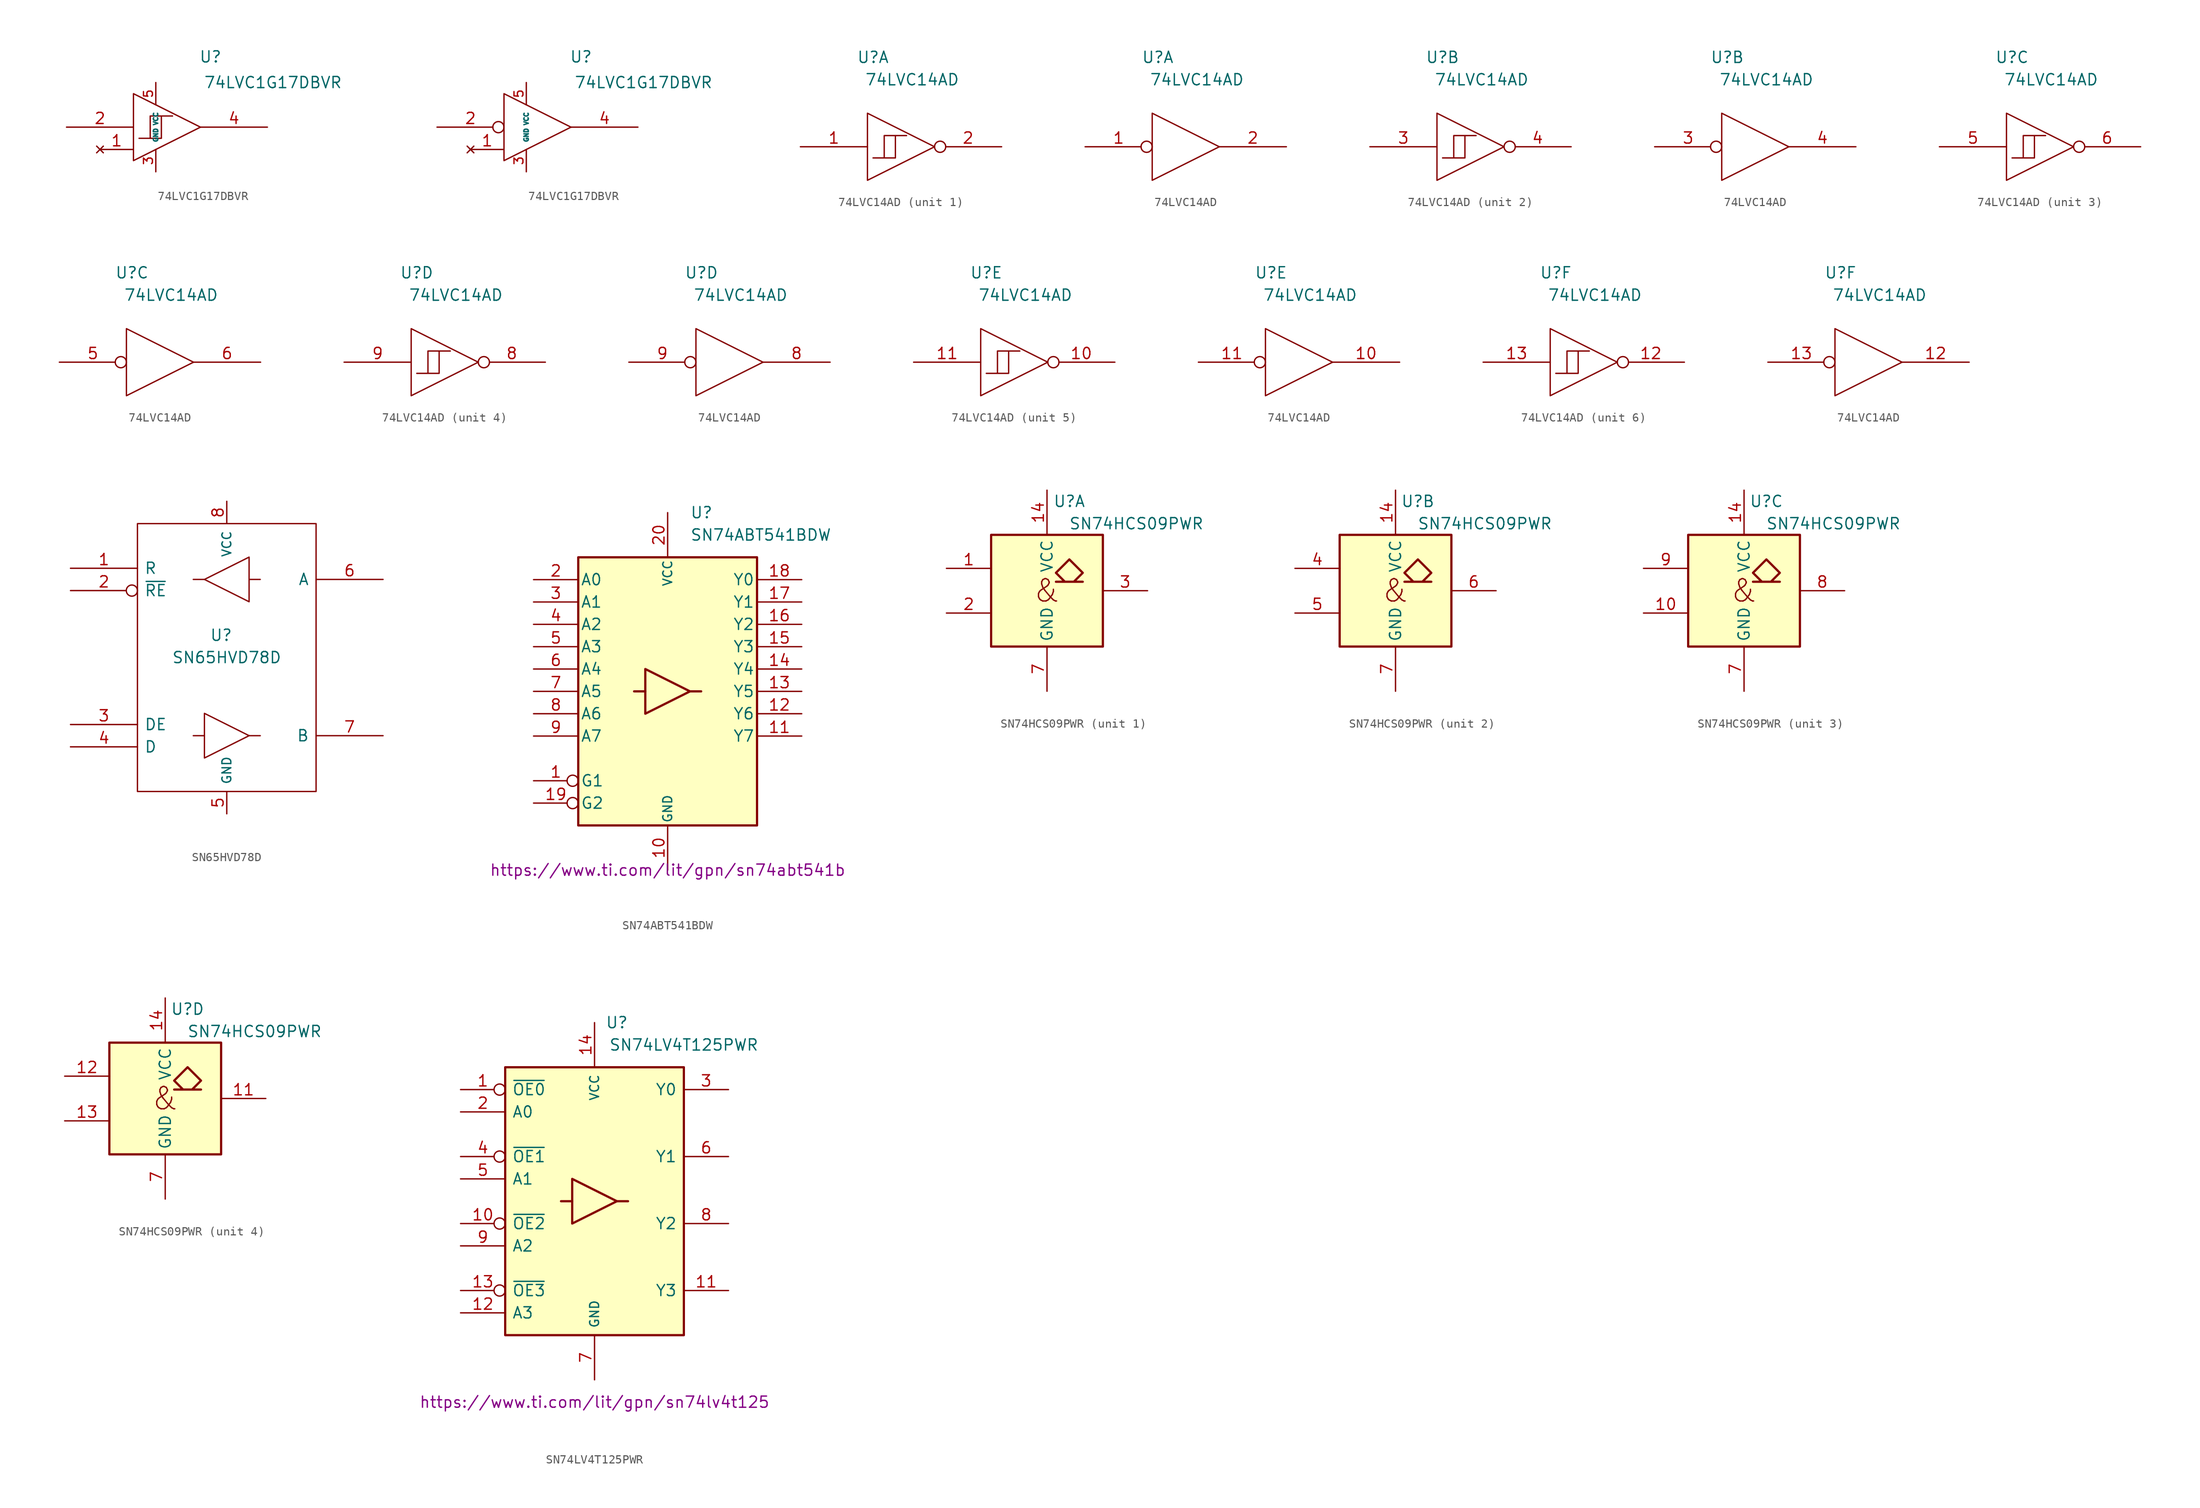
<source format=kicad_sym>
(kicad_symbol_lib
  (version 20230620)
  (generator kicad_symbol_editor)
  (symbol "74LVC1G17DBVR"
    (pin_names
      (offset 0.762))
    (property "Reference" "U"
      (at 16.383 8.001 0)
      (effects (font (size 1.27 1.27))))
    (property "Value" "74LVC1G17DBVR"
      (at 23.495 5.08 0)
      (effects (font (size 1.27 1.27))))
    (property "Datasheet" ""
      (at 0 0 0)
      (effects (font (size 1.27 1.27))))
    (symbol "74LVC1G17DBVR_0_0"
      (polyline (pts (xy 7.62 3.81) (xy 7.62 -3.81) (xy 15.24 0) (xy 7.62 3.81)) (stroke (width 0) (type default)) (fill (type none)))
      (pin power_in line (at 10.16 -5.08 90) (length 2.54) (name "GND" (effects (font (size 0.508 0.508)))) (number "3" (effects (font (size 1.016 1.016)))))
      (pin power_in line (at 10.16 5.08 270) (length 2.54) (name "VCC" (effects (font (size 0.508 0.508)))) (number "5" (effects (font (size 1.016 1.016))))))
    (symbol "74LVC1G17DBVR_0_1"
      (polyline (pts (xy 12.065 1.27) (xy 9.525 1.27) (xy 9.525 -1.27) (xy 8.255 -1.27) (xy 10.795 -1.27) (xy 10.795 1.27)) (stroke (width 0) (type default)) (fill (type none))))
    (symbol "74LVC1G17DBVR_1_1"
      (pin no_connect line (at 3.81 -2.54 0) (length 3.81) (name "~" (effects (font (size 1.27 1.27)))) (number "1" (effects (font (size 1.27 1.27)))))
      (pin input line (at 0 0 0) (length 7.62) (name "~" (effects (font (size 1.27 1.27)))) (number "2" (effects (font (size 1.27 1.27)))))
      (pin output line (at 22.86 0 180) (length 7.62) (name "~" (effects (font (size 1.27 1.27)))) (number "4" (effects (font (size 1.27 1.27))))))
    (symbol "74LVC1G17DBVR_1_2"
      (pin no_connect line (at 3.81 -2.54 0) (length 3.81) (name "~" (effects (font (size 1.27 1.27)))) (number "1" (effects (font (size 1.27 1.27)))))
      (pin input inverted (at 0 0 0) (length 7.62) (name "~" (effects (font (size 1.27 1.27)))) (number "2" (effects (font (size 1.27 1.27)))))
      (pin output line (at 22.86 0 180) (length 7.62) (name "~" (effects (font (size 1.27 1.27)))) (number "4" (effects (font (size 1.27 1.27)))))))
  (symbol "74LVC14AD"
    (pin_names
      (offset 0.762))
    (property "Reference" "U"
      (at 8.255 10.16 0)
      (effects (font (size 1.27 1.27))))
    (property "Value" "74LVC14AD"
      (at 12.7 7.62 0)
      (effects (font (size 1.27 1.27))))
    (property "Datasheet" ""
      (at 0 0 0)
      (effects (font (size 1.27 1.27))))
    (symbol "74LVC14AD_0_0"
      (polyline (pts (xy 7.62 3.81) (xy 7.62 -3.81) (xy 15.24 0) (xy 7.62 3.81)) (stroke (width 0) (type default)) (fill (type none)))
      (pin power_in line (at 10.16 2.54 270) (length 0) hide (name "VCC" (effects (font (size 0.508 0.508)))) (number "14" (effects (font (size 0.762 0.762)))))
      (pin power_in line (at 10.16 -2.54 90) (length 0) hide (name "GND" (effects (font (size 0.508 0.508)))) (number "7" (effects (font (size 0.762 0.762))))))
    (symbol "74LVC14AD_0_1"
      (polyline (pts (xy 8.255 -1.27) (xy 10.795 -1.27) (xy 9.525 -1.27) (xy 9.525 1.27) (xy 10.795 1.27) (xy 10.795 -1.27) (xy 10.795 1.27) (xy 12.065 1.27)) (stroke (width 0) (type default)) (fill (type none))))
    (symbol "74LVC14AD_1_1"
      (pin input line (at 0 0 0) (length 7.62) (name "~" (effects (font (size 1.27 1.27)))) (number "1" (effects (font (size 1.27 1.27)))))
      (pin output inverted (at 22.86 0 180) (length 7.62) (name "~" (effects (font (size 1.27 1.27)))) (number "2" (effects (font (size 1.27 1.27))))))
    (symbol "74LVC14AD_1_2"
      (pin input inverted (at 0 0 0) (length 7.62) (name "~" (effects (font (size 1.27 1.27)))) (number "1" (effects (font (size 1.27 1.27)))))
      (pin output line (at 22.86 0 180) (length 7.62) (name "~" (effects (font (size 1.27 1.27)))) (number "2" (effects (font (size 1.27 1.27))))))
    (symbol "74LVC14AD_2_1"
      (pin input line (at 0 0 0) (length 7.62) (name "~" (effects (font (size 1.27 1.27)))) (number "3" (effects (font (size 1.27 1.27)))))
      (pin output inverted (at 22.86 0 180) (length 7.62) (name "~" (effects (font (size 1.27 1.27)))) (number "4" (effects (font (size 1.27 1.27))))))
    (symbol "74LVC14AD_2_2"
      (pin input inverted (at 0 0 0) (length 7.62) (name "~" (effects (font (size 1.27 1.27)))) (number "3" (effects (font (size 1.27 1.27)))))
      (pin output line (at 22.86 0 180) (length 7.62) (name "~" (effects (font (size 1.27 1.27)))) (number "4" (effects (font (size 1.27 1.27))))))
    (symbol "74LVC14AD_3_1"
      (pin input line (at 0 0 0) (length 7.62) (name "~" (effects (font (size 1.27 1.27)))) (number "5" (effects (font (size 1.27 1.27)))))
      (pin output inverted (at 22.86 0 180) (length 7.62) (name "~" (effects (font (size 1.27 1.27)))) (number "6" (effects (font (size 1.27 1.27))))))
    (symbol "74LVC14AD_3_2"
      (pin input inverted (at 0 0 0) (length 7.62) (name "~" (effects (font (size 1.27 1.27)))) (number "5" (effects (font (size 1.27 1.27)))))
      (pin output line (at 22.86 0 180) (length 7.62) (name "~" (effects (font (size 1.27 1.27)))) (number "6" (effects (font (size 1.27 1.27))))))
    (symbol "74LVC14AD_4_1"
      (pin output inverted (at 22.86 0 180) (length 7.62) (name "~" (effects (font (size 1.27 1.27)))) (number "8" (effects (font (size 1.27 1.27)))))
      (pin input line (at 0 0 0) (length 7.62) (name "~" (effects (font (size 1.27 1.27)))) (number "9" (effects (font (size 1.27 1.27))))))
    (symbol "74LVC14AD_4_2"
      (pin output line (at 22.86 0 180) (length 7.62) (name "~" (effects (font (size 1.27 1.27)))) (number "8" (effects (font (size 1.27 1.27)))))
      (pin input inverted (at 0 0 0) (length 7.62) (name "~" (effects (font (size 1.27 1.27)))) (number "9" (effects (font (size 1.27 1.27))))))
    (symbol "74LVC14AD_5_1"
      (pin output inverted (at 22.86 0 180) (length 7.62) (name "~" (effects (font (size 1.27 1.27)))) (number "10" (effects (font (size 1.27 1.27)))))
      (pin input line (at 0 0 0) (length 7.62) (name "~" (effects (font (size 1.27 1.27)))) (number "11" (effects (font (size 1.27 1.27))))))
    (symbol "74LVC14AD_5_2"
      (pin output line (at 22.86 0 180) (length 7.62) (name "~" (effects (font (size 1.27 1.27)))) (number "10" (effects (font (size 1.27 1.27)))))
      (pin input inverted (at 0 0 0) (length 7.62) (name "~" (effects (font (size 1.27 1.27)))) (number "11" (effects (font (size 1.27 1.27))))))
    (symbol "74LVC14AD_6_1"
      (pin output inverted (at 22.86 0 180) (length 7.62) (name "~" (effects (font (size 1.27 1.27)))) (number "12" (effects (font (size 1.27 1.27)))))
      (pin input line (at 0 0 0) (length 7.62) (name "~" (effects (font (size 1.27 1.27)))) (number "13" (effects (font (size 1.27 1.27))))))
    (symbol "74LVC14AD_6_2"
      (pin output line (at 22.86 0 180) (length 7.62) (name "~" (effects (font (size 1.27 1.27)))) (number "12" (effects (font (size 1.27 1.27)))))
      (pin input inverted (at 0 0 0) (length 7.62) (name "~" (effects (font (size 1.27 1.27)))) (number "13" (effects (font (size 1.27 1.27)))))))
  (symbol "SN65HVD78D"
    (pin_names
      (offset 0.762))
    (property "Reference" "U"
      (at 17.145 -10.16 0)
      (effects (font (size 1.27 1.27))))
    (property "Value" "SN65HVD78D"
      (at 17.78 -12.7 0)
      (effects (font (size 1.27 1.27))))
    (property "Datasheet" ""
      (at 0 -5.08 0)
      (effects (font (size 1.27 1.27))))
    (symbol "SN65HVD78D_0_0"
      (pin power_in line (at 17.78 -30.48 90) (length 2.54) (name "GND" (effects (font (size 1.016 1.016)))) (number "5" (effects (font (size 1.27 1.27)))))
      (pin power_in line (at 17.78 5.08 270) (length 2.54) (name "VCC" (effects (font (size 1.016 1.016)))) (number "8" (effects (font (size 1.27 1.27))))))
    (symbol "SN65HVD78D_0_1"
      (polyline (pts (xy 15.24 -21.59) (xy 13.97 -21.59)) (stroke (width 0) (type default)) (fill (type none)))
      (polyline (pts (xy 15.24 -3.81) (xy 13.97 -3.81)) (stroke (width 0) (type default)) (fill (type none)))
      (polyline (pts (xy 20.32 -21.59) (xy 21.59 -21.59)) (stroke (width 0) (type default)) (fill (type none)))
      (polyline (pts (xy 20.32 -3.81) (xy 21.59 -3.81)) (stroke (width 0) (type default)) (fill (type none)))
      (polyline (pts (xy 15.24 -19.05) (xy 15.24 -24.13) (xy 20.32 -21.59) (xy 15.24 -19.05)) (stroke (width 0) (type default)) (fill (type none)))
      (polyline (pts (xy 20.32 -1.27) (xy 20.32 -6.35) (xy 15.24 -3.81) (xy 20.32 -1.27)) (stroke (width 0) (type default)) (fill (type none)))
      (rectangle (start 7.62 2.54) (end 27.94 -27.94) (stroke (width 0) (type default)) (fill (type none))))
    (symbol "SN65HVD78D_1_1"
      (pin output line (at 0 -2.54 0) (length 7.62) (name "R" (effects (font (size 1.27 1.27)))) (number "1" (effects (font (size 1.27 1.27)))))
      (pin input inverted (at 0 -5.08 0) (length 7.62) (name "~{RE}" (effects (font (size 1.27 1.27)))) (number "2" (effects (font (size 1.27 1.27)))))
      (pin input line (at 0 -20.32 0) (length 7.62) (name "DE" (effects (font (size 1.27 1.27)))) (number "3" (effects (font (size 1.27 1.27)))))
      (pin input line (at 0 -22.86 0) (length 7.62) (name "D" (effects (font (size 1.27 1.27)))) (number "4" (effects (font (size 1.27 1.27)))))
      (pin bidirectional line (at 35.56 -3.81 180) (length 7.62) (name "A" (effects (font (size 1.27 1.27)))) (number "6" (effects (font (size 1.27 1.27)))))
      (pin bidirectional line (at 35.56 -21.59 180) (length 7.62) (name "B" (effects (font (size 1.27 1.27)))) (number "7" (effects (font (size 1.27 1.27)))))))
  (symbol "SN74ABT541BDW"
    (pin_names
      (offset 0.254))
    (property "Reference" "U"
      (at 2.54 20.32 0)
      (effects (font (size 1.27 1.27)) (justify left)))
    (property "Value" "SN74ABT541BDW"
      (at 2.54 17.78 0)
      (effects (font (size 1.27 1.27)) (justify left)))
    (property "Datasheet" "https://www.ti.com/lit/gpn/sn74abt541b"
      (at 0 -20.32 0)
      (effects (font (size 1.27 1.27))))
    (symbol "SN74ABT541BDW_1_0"
      (pin power_in line (at 0 -20.32 90) (length 5.08) (name "GND" (effects (font (size 1.016 1.016)))) (number "10" (effects (font (size 1.27 1.27)))))
      (pin power_in line (at 0 20.32 270) (length 5.08) (name "VCC" (effects (font (size 1.016 1.016)))) (number "20" (effects (font (size 1.27 1.27))))))
    (symbol "SN74ABT541BDW_1_1"
      (rectangle (start -10.16 15.24) (end 10.16 -15.24) (stroke (width 0.254) (type default)) (fill (type background)))
      (polyline (pts (xy -2.54 0) (xy -3.81 0)) (stroke (width 0.254) (type default)) (fill (type none)))
      (polyline (pts (xy 2.54 0) (xy 3.81 0)) (stroke (width 0.254) (type default)) (fill (type none)))
      (polyline (pts (xy -2.54 2.54) (xy -2.54 -2.54) (xy 2.54 0) (xy -2.54 2.54)) (stroke (width 0.254) (type default)) (fill (type none)))
      (pin input inverted (at -15.24 -10.16 0) (length 5.08) (name "G1" (effects (font (size 1.27 1.27)))) (number "1" (effects (font (size 1.27 1.27)))))
      (pin tri_state line (at 15.24 -5.08 180) (length 5.08) (name "Y7" (effects (font (size 1.27 1.27)))) (number "11" (effects (font (size 1.27 1.27)))))
      (pin tri_state line (at 15.24 -2.54 180) (length 5.08) (name "Y6" (effects (font (size 1.27 1.27)))) (number "12" (effects (font (size 1.27 1.27)))))
      (pin tri_state line (at 15.24 0 180) (length 5.08) (name "Y5" (effects (font (size 1.27 1.27)))) (number "13" (effects (font (size 1.27 1.27)))))
      (pin tri_state line (at 15.24 2.54 180) (length 5.08) (name "Y4" (effects (font (size 1.27 1.27)))) (number "14" (effects (font (size 1.27 1.27)))))
      (pin tri_state line (at 15.24 5.08 180) (length 5.08) (name "Y3" (effects (font (size 1.27 1.27)))) (number "15" (effects (font (size 1.27 1.27)))))
      (pin tri_state line (at 15.24 7.62 180) (length 5.08) (name "Y2" (effects (font (size 1.27 1.27)))) (number "16" (effects (font (size 1.27 1.27)))))
      (pin tri_state line (at 15.24 10.16 180) (length 5.08) (name "Y1" (effects (font (size 1.27 1.27)))) (number "17" (effects (font (size 1.27 1.27)))))
      (pin tri_state line (at 15.24 12.7 180) (length 5.08) (name "Y0" (effects (font (size 1.27 1.27)))) (number "18" (effects (font (size 1.27 1.27)))))
      (pin input inverted (at -15.24 -12.7 0) (length 5.08) (name "G2" (effects (font (size 1.27 1.27)))) (number "19" (effects (font (size 1.27 1.27)))))
      (pin input line (at -15.24 12.7 0) (length 5.08) (name "A0" (effects (font (size 1.27 1.27)))) (number "2" (effects (font (size 1.27 1.27)))))
      (pin input line (at -15.24 10.16 0) (length 5.08) (name "A1" (effects (font (size 1.27 1.27)))) (number "3" (effects (font (size 1.27 1.27)))))
      (pin input line (at -15.24 7.62 0) (length 5.08) (name "A2" (effects (font (size 1.27 1.27)))) (number "4" (effects (font (size 1.27 1.27)))))
      (pin input line (at -15.24 5.08 0) (length 5.08) (name "A3" (effects (font (size 1.27 1.27)))) (number "5" (effects (font (size 1.27 1.27)))))
      (pin input line (at -15.24 2.54 0) (length 5.08) (name "A4" (effects (font (size 1.27 1.27)))) (number "6" (effects (font (size 1.27 1.27)))))
      (pin input line (at -15.24 0 0) (length 5.08) (name "A5" (effects (font (size 1.27 1.27)))) (number "7" (effects (font (size 1.27 1.27)))))
      (pin input line (at -15.24 -2.54 0) (length 5.08) (name "A6" (effects (font (size 1.27 1.27)))) (number "8" (effects (font (size 1.27 1.27)))))
      (pin input line (at -15.24 -5.08 0) (length 5.08) (name "A7" (effects (font (size 1.27 1.27)))) (number "9" (effects (font (size 1.27 1.27)))))))
  (symbol "SN74HCS09PWR"
    (property "Reference" "U"
      (at 2.54 10.16 0)
      (effects (font (size 1.27 1.27))))
    (property "Value" "SN74HCS09PWR"
      (at 10.16 7.62 0)
      (effects (font (size 1.27 1.27))))
    (symbol "SN74HCS09PWR_0_1"
      (rectangle (start -6.35 6.35) (end 6.35 -6.35) (stroke (width 0.254) (type default)) (fill (type background)))
      (polyline (pts (xy 1.016 2.032) (xy 2.032 1.016) (xy 1.016 2.032) (xy 2.54 3.556) (xy 4.064 2.032) (xy 3.048 1.016) (xy 4.064 1.016) (xy 1.016 1.016) (xy 1.016 1.016)) (stroke (width 0.254) (type default)) (fill (type background)))
      (text "&" (at 0 0 0) (effects (font (size 2.54 2.54))))
      (pin power_in line (at 0 11.43 270) (length 5.08) (name "VCC" (effects (font (size 1.27 1.27)))) (number "14" (effects (font (size 1.27 1.27)))))
      (pin power_in line (at 0 -11.43 90) (length 5.08) (name "GND" (effects (font (size 1.27 1.27)))) (number "7" (effects (font (size 1.27 1.27))))))
    (symbol "SN74HCS09PWR_1_1"
      (pin input line (at -11.43 2.54 0) (length 5.08) (name "~" (effects (font (size 1.27 1.27)))) (number "1" (effects (font (size 1.27 1.27)))))
      (pin input line (at -11.43 -2.54 0) (length 5.08) (name "~" (effects (font (size 1.27 1.27)))) (number "2" (effects (font (size 1.27 1.27)))))
      (pin open_collector line (at 11.43 0 180) (length 5.08) (name "~" (effects (font (size 1.27 1.27)))) (number "3" (effects (font (size 1.27 1.27))))))
    (symbol "SN74HCS09PWR_2_1"
      (pin input line (at -11.43 2.54 0) (length 5.08) (name "~" (effects (font (size 1.27 1.27)))) (number "4" (effects (font (size 1.27 1.27)))))
      (pin input line (at -11.43 -2.54 0) (length 5.08) (name "~" (effects (font (size 1.27 1.27)))) (number "5" (effects (font (size 1.27 1.27)))))
      (pin open_collector line (at 11.43 0 180) (length 5.08) (name "~" (effects (font (size 1.27 1.27)))) (number "6" (effects (font (size 1.27 1.27))))))
    (symbol "SN74HCS09PWR_3_1"
      (pin input line (at -11.43 -2.54 0) (length 5.08) (name "~" (effects (font (size 1.27 1.27)))) (number "10" (effects (font (size 1.27 1.27)))))
      (pin open_collector line (at 11.43 0 180) (length 5.08) (name "~" (effects (font (size 1.27 1.27)))) (number "8" (effects (font (size 1.27 1.27)))))
      (pin input line (at -11.43 2.54 0) (length 5.08) (name "~" (effects (font (size 1.27 1.27)))) (number "9" (effects (font (size 1.27 1.27))))))
    (symbol "SN74HCS09PWR_4_1"
      (pin open_collector line (at 11.43 0 180) (length 5.08) (name "~" (effects (font (size 1.27 1.27)))) (number "11" (effects (font (size 1.27 1.27)))))
      (pin input line (at -11.43 2.54 0) (length 5.08) (name "~" (effects (font (size 1.27 1.27)))) (number "12" (effects (font (size 1.27 1.27)))))
      (pin input line (at -11.43 -2.54 0) (length 5.08) (name "~" (effects (font (size 1.27 1.27)))) (number "13" (effects (font (size 1.27 1.27)))))))
  (symbol "SN74LV4T125PWR"
    (pin_names
      (offset 0.762))
    (property "Reference" "U"
      (at 2.54 20.32 0)
      (effects (font (size 1.27 1.27))))
    (property "Value" "SN74LV4T125PWR"
      (at 10.16 17.78 0)
      (effects (font (size 1.27 1.27))))
    (property "Datasheet" "https://www.ti.com/lit/gpn/sn74lv4t125"
      (at 0 -22.86 0)
      (effects (font (size 1.27 1.27))))
    (symbol "SN74LV4T125PWR_1_0"
      (pin power_in line (at 0 20.32 270) (length 5.08) (name "VCC" (effects (font (size 1.016 1.016)))) (number "14" (effects (font (size 1.27 1.27)))))
      (pin power_in line (at 0 -20.32 90) (length 5.08) (name "GND" (effects (font (size 1.016 1.016)))) (number "7" (effects (font (size 1.27 1.27))))))
    (symbol "SN74LV4T125PWR_1_1"
      (rectangle (start -10.16 15.24) (end 10.16 -15.24) (stroke (width 0.254) (type default)) (fill (type background)))
      (polyline (pts (xy -2.54 0) (xy -3.81 0)) (stroke (width 0.254) (type default)) (fill (type none)))
      (polyline (pts (xy 2.54 0) (xy 3.81 0)) (stroke (width 0.254) (type default)) (fill (type none)))
      (polyline (pts (xy -2.54 2.54) (xy -2.54 -2.54) (xy 2.54 0) (xy -2.54 2.54)) (stroke (width 0.254) (type default)) (fill (type none)))
      (pin input inverted (at -15.24 12.7 0) (length 5.08) (name "~{OE0}" (effects (font (size 1.27 1.27)))) (number "1" (effects (font (size 1.27 1.27)))))
      (pin input inverted (at -15.24 -2.54 0) (length 5.08) (name "~{OE2}" (effects (font (size 1.27 1.27)))) (number "10" (effects (font (size 1.27 1.27)))))
      (pin tri_state line (at 15.24 -10.16 180) (length 5.08) (name "Y3" (effects (font (size 1.27 1.27)))) (number "11" (effects (font (size 1.27 1.27)))))
      (pin input line (at -15.24 -12.7 0) (length 5.08) (name "A3" (effects (font (size 1.27 1.27)))) (number "12" (effects (font (size 1.27 1.27)))))
      (pin input inverted (at -15.24 -10.16 0) (length 5.08) (name "~{OE3}" (effects (font (size 1.27 1.27)))) (number "13" (effects (font (size 1.27 1.27)))))
      (pin input line (at -15.24 10.16 0) (length 5.08) (name "A0" (effects (font (size 1.27 1.27)))) (number "2" (effects (font (size 1.27 1.27)))))
      (pin tri_state line (at 15.24 12.7 180) (length 5.08) (name "Y0" (effects (font (size 1.27 1.27)))) (number "3" (effects (font (size 1.27 1.27)))))
      (pin input inverted (at -15.24 5.08 0) (length 5.08) (name "~{OE1}" (effects (font (size 1.27 1.27)))) (number "4" (effects (font (size 1.27 1.27)))))
      (pin input line (at -15.24 2.54 0) (length 5.08) (name "A1" (effects (font (size 1.27 1.27)))) (number "5" (effects (font (size 1.27 1.27)))))
      (pin tri_state line (at 15.24 5.08 180) (length 5.08) (name "Y1" (effects (font (size 1.27 1.27)))) (number "6" (effects (font (size 1.27 1.27)))))
      (pin tri_state line (at 15.24 -2.54 180) (length 5.08) (name "Y2" (effects (font (size 1.27 1.27)))) (number "8" (effects (font (size 1.27 1.27)))))
      (pin input line (at -15.24 -5.08 0) (length 5.08) (name "A2" (effects (font (size 1.27 1.27)))) (number "9" (effects (font (size 1.27 1.27))))))))
</source>
